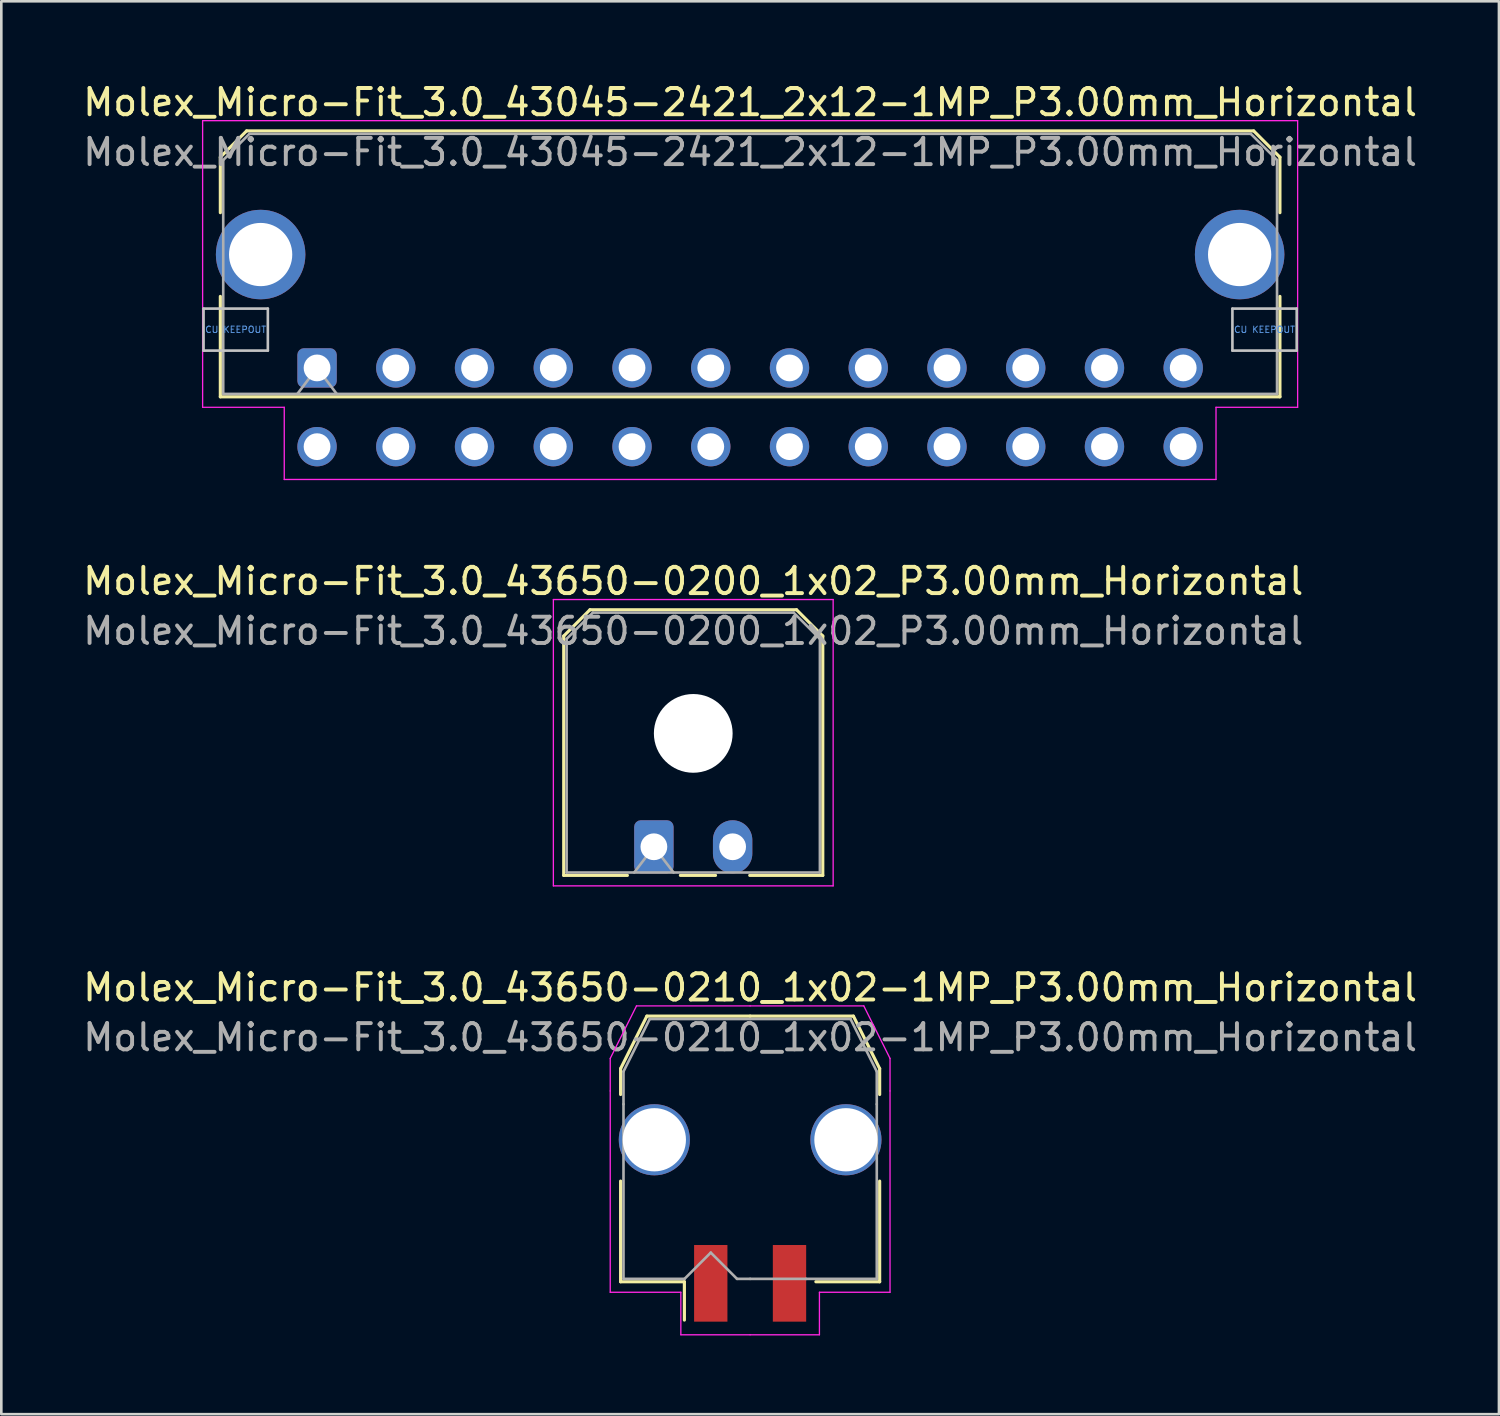
<source format=kicad_pcb>
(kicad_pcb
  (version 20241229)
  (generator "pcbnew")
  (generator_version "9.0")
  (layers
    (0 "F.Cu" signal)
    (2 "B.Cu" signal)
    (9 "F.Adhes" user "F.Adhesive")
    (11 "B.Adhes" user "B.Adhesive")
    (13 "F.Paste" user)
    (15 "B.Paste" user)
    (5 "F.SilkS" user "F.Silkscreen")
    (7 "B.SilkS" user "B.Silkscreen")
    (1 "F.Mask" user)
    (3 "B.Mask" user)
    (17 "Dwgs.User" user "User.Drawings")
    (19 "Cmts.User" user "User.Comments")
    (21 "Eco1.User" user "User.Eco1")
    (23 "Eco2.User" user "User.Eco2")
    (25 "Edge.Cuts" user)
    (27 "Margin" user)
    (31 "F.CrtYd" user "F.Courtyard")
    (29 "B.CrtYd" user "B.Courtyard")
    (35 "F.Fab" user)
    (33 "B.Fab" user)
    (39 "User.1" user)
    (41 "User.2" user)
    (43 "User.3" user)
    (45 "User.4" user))
  (footprint "Molex_Micro-Fit_3.0_43650-0210_1x02-1MP_P3.00mm_Horizontal"
    (layer "F.Cu")
    (at 25.53 40.725)
    (property "Reference" "Molex_Micro-Fit_3.0_43650-0210_1x02-1MP_P3.00mm_Horizontal" (at 0 -6.15 0) (layer "F.SilkS") (effects (font (size 1 1) (thickness 0.15))))
    (attr smd)
    (fp_line (start -4.935 -3.06) (end -4.935 -2.075) (stroke (width 0.12) (type solid)) (layer "F.SilkS"))
    (fp_line (start -4.935 1.225) (end -4.935 5.06) (stroke (width 0.12) (type solid)) (layer "F.SilkS"))
    (fp_line (start -4.935 5.06) (end -2.505 5.06) (stroke (width 0.12) (type solid)) (layer "F.SilkS"))
    (fp_line (start -3.935 -5.06) (end -4.935 -3.06) (stroke (width 0.12) (type solid)) (layer "F.SilkS"))
    (fp_line (start -2.505 5.06) (end -2.505 6.52) (stroke (width 0.12) (type solid)) (layer "F.SilkS"))
    (fp_line (start 0 -5.06) (end -3.935 -5.06) (stroke (width 0.12) (type solid)) (layer "F.SilkS"))
    (fp_line (start 0 -5.06) (end 3.935 -5.06) (stroke (width 0.12) (type solid)) (layer "F.SilkS"))
    (fp_line (start 3.935 -5.06) (end 4.935 -3.06) (stroke (width 0.12) (type solid)) (layer "F.SilkS"))
    (fp_line (start 4.935 -3.06) (end 4.935 -2.075) (stroke (width 0.12) (type solid)) (layer "F.SilkS"))
    (fp_line (start 4.935 1.225) (end 4.935 5.06) (stroke (width 0.12) (type solid)) (layer "F.SilkS"))
    (fp_line (start 4.935 5.06) (end 2.505 5.06) (stroke (width 0.12) (type solid)) (layer "F.SilkS"))
    (fp_line (start -5.33 -3.45) (end -5.33 -2.21) (stroke (width 0.05) (type solid)) (layer "F.CrtYd"))
    (fp_line (start -5.33 -2.21) (end -5.33 5.46) (stroke (width 0.05) (type solid)) (layer "F.CrtYd"))
    (fp_line (start -5.33 5.46) (end -2.64 5.46) (stroke (width 0.05) (type solid)) (layer "F.CrtYd"))
    (fp_line (start -4.33 -5.45) (end -5.33 -3.45) (stroke (width 0.05) (type solid)) (layer "F.CrtYd"))
    (fp_line (start -2.64 5.46) (end -2.64 7.08) (stroke (width 0.05) (type solid)) (layer "F.CrtYd"))
    (fp_line (start -2.64 7.08) (end 0 7.08) (stroke (width 0.05) (type solid)) (layer "F.CrtYd"))
    (fp_line (start 0 -5.45) (end -4.33 -5.45) (stroke (width 0.05) (type solid)) (layer "F.CrtYd"))
    (fp_line (start 0 -5.45) (end 4.33 -5.45) (stroke (width 0.05) (type solid)) (layer "F.CrtYd"))
    (fp_line (start 2.64 5.46) (end 2.64 7.08) (stroke (width 0.05) (type solid)) (layer "F.CrtYd"))
    (fp_line (start 2.64 7.08) (end 0 7.08) (stroke (width 0.05) (type solid)) (layer "F.CrtYd"))
    (fp_line (start 4.33 -5.45) (end 5.33 -3.45) (stroke (width 0.05) (type solid)) (layer "F.CrtYd"))
    (fp_line (start 5.33 -3.45) (end 5.33 -2.21) (stroke (width 0.05) (type solid)) (layer "F.CrtYd"))
    (fp_line (start 5.33 -2.21) (end 5.33 5.46) (stroke (width 0.05) (type solid)) (layer "F.CrtYd"))
    (fp_line (start 5.33 5.46) (end 2.64 5.46) (stroke (width 0.05) (type solid)) (layer "F.CrtYd"))
    (fp_line (start -4.825 -2.95) (end -4.825 -1.705) (stroke (width 0.1) (type solid)) (layer "F.Fab"))
    (fp_line (start -4.825 -1.705) (end -4.825 4.95) (stroke (width 0.1) (type solid)) (layer "F.Fab"))
    (fp_line (start -4.825 4.95) (end -2.5 4.95) (stroke (width 0.1) (type solid)) (layer "F.Fab"))
    (fp_line (start -3.825 -4.95) (end -4.825 -2.95) (stroke (width 0.1) (type solid)) (layer "F.Fab"))
    (fp_line (start -2.5 4.95) (end -1.5 3.95) (stroke (width 0.1) (type solid)) (layer "F.Fab"))
    (fp_line (start -1.5 3.95) (end -0.5 4.95) (stroke (width 0.1) (type solid)) (layer "F.Fab"))
    (fp_line (start -0.5 4.95) (end 0 4.95) (stroke (width 0.1) (type solid)) (layer "F.Fab"))
    (fp_line (start 0 -4.95) (end -3.825 -4.95) (stroke (width 0.1) (type solid)) (layer "F.Fab"))
    (fp_line (start 0 -4.95) (end 3.825 -4.95) (stroke (width 0.1) (type solid)) (layer "F.Fab"))
    (fp_line (start 2.135 4.95) (end 0 4.95) (stroke (width 0.1) (type solid)) (layer "F.Fab"))
    (fp_line (start 3.825 -4.95) (end 4.825 -2.95) (stroke (width 0.1) (type solid)) (layer "F.Fab"))
    (fp_line (start 4.825 -2.95) (end 4.825 -1.705) (stroke (width 0.1) (type solid)) (layer "F.Fab"))
    (fp_line (start 4.825 -1.705) (end 4.825 4.95) (stroke (width 0.1) (type solid)) (layer "F.Fab"))
    (fp_line (start 4.825 4.95) (end 2.135 4.95) (stroke (width 0.1) (type solid)) (layer "F.Fab"))
    (fp_text user "${REFERENCE}" (at 0 -4.25 0) (layer "F.Fab") (effects (font (size 1 1) (thickness 0.15))))
    (pad "1" smd rect (at -1.5 5.12) (size 1.27 2.92) (layers "F.Cu" "F.Mask" "F.Paste"))
    (pad "2" smd rect (at 1.5 5.12) (size 1.27 2.92) (layers "F.Cu" "F.Mask" "F.Paste"))
    (pad "MP" thru_hole circle (at -3.65 -0.35) (size 2.71 2.71) (drill 2.41) (property pad_prop_heatsink) (layers "*.Cu" "*.Mask"))
    (pad "MP" thru_hole circle (at 3.65 -0.35) (size 2.71 2.71) (drill 2.41) (property pad_prop_heatsink) (layers "*.Cu" "*.Mask")))
  (footprint "Molex_Micro-Fit_3.0_43045-2421_2x12-1MP_P3.00mm_Horizontal"
    (layer "F.Cu")
    (at 9.03 10.968)
    (property "Reference" "Molex_Micro-Fit_3.0_43045-2421_2x12-1MP_P3.00mm_Horizontal" (at 16.5 -10.12 0) (layer "F.SilkS") (effects (font (size 1 1) (thickness 0.15))))
    (attr through_hole)
    (fp_line (start -3.685 -8.03) (end -2.685 -9.03) (stroke (width 0.12) (type solid)) (layer "F.SilkS"))
    (fp_line (start -3.685 -5.915) (end -3.685 -8.03) (stroke (width 0.12) (type solid)) (layer "F.SilkS"))
    (fp_line (start -3.685 -2.725) (end -3.685 1.1) (stroke (width 0.12) (type solid)) (layer "F.SilkS"))
    (fp_line (start -3.685 1.1) (end 36.685 1.1) (stroke (width 0.12) (type solid)) (layer "F.SilkS"))
    (fp_line (start -2.685 -9.03) (end 35.685 -9.03) (stroke (width 0.12) (type solid)) (layer "F.SilkS"))
    (fp_line (start 35.685 -9.03) (end 36.685 -8.03) (stroke (width 0.12) (type solid)) (layer "F.SilkS"))
    (fp_line (start 36.685 -8.03) (end 36.685 -5.915) (stroke (width 0.12) (type solid)) (layer "F.SilkS"))
    (fp_line (start 36.685 1.1) (end 36.685 -2.725) (stroke (width 0.12) (type solid)) (layer "F.SilkS"))
    (fp_line (start -4.325 -2.26) (end -4.325 -0.66) (stroke (width 0.1) (type solid)) (layer "Dwgs.User"))
    (fp_line (start -4.325 -0.66) (end -1.875 -0.66) (stroke (width 0.1) (type solid)) (layer "Dwgs.User"))
    (fp_line (start -1.875 -2.26) (end -4.325 -2.26) (stroke (width 0.1) (type solid)) (layer "Dwgs.User"))
    (fp_line (start -1.875 -0.66) (end -1.875 -2.26) (stroke (width 0.1) (type solid)) (layer "Dwgs.User"))
    (fp_line (start 34.875 -2.26) (end 34.875 -0.66) (stroke (width 0.1) (type solid)) (layer "Dwgs.User"))
    (fp_line (start 34.875 -0.66) (end 37.325 -0.66) (stroke (width 0.1) (type solid)) (layer "Dwgs.User"))
    (fp_line (start 37.325 -2.26) (end 34.875 -2.26) (stroke (width 0.1) (type solid)) (layer "Dwgs.User"))
    (fp_line (start 37.325 -0.66) (end 37.325 -2.26) (stroke (width 0.1) (type solid)) (layer "Dwgs.User"))
    (fp_line (start -4.36 -9.42) (end 37.36 -9.42) (stroke (width 0.05) (type solid)) (layer "F.CrtYd"))
    (fp_line (start -4.36 1.5) (end -4.36 -9.42) (stroke (width 0.05) (type solid)) (layer "F.CrtYd"))
    (fp_line (start -1.25 1.5) (end -4.36 1.5) (stroke (width 0.05) (type solid)) (layer "F.CrtYd"))
    (fp_line (start -1.25 4.25) (end -1.25 1.5) (stroke (width 0.05) (type solid)) (layer "F.CrtYd"))
    (fp_line (start 34.25 1.5) (end 34.25 4.25) (stroke (width 0.05) (type solid)) (layer "F.CrtYd"))
    (fp_line (start 34.25 4.25) (end -1.25 4.25) (stroke (width 0.05) (type solid)) (layer "F.CrtYd"))
    (fp_line (start 37.36 -9.42) (end 37.36 1.5) (stroke (width 0.05) (type solid)) (layer "F.CrtYd"))
    (fp_line (start 37.36 1.5) (end 34.25 1.5) (stroke (width 0.05) (type solid)) (layer "F.CrtYd"))
    (fp_line (start -3.575 -7.92) (end -2.575 -8.92) (stroke (width 0.1) (type solid)) (layer "F.Fab"))
    (fp_line (start -3.575 0.99) (end -3.575 -7.92) (stroke (width 0.1) (type solid)) (layer "F.Fab"))
    (fp_line (start -2.575 -8.92) (end 35.575 -8.92) (stroke (width 0.1) (type solid)) (layer "F.Fab"))
    (fp_line (start -0.75 0.99) (end 0 0) (stroke (width 0.1) (type solid)) (layer "F.Fab"))
    (fp_line (start 0 0) (end 0.75 0.99) (stroke (width 0.1) (type solid)) (layer "F.Fab"))
    (fp_line (start 35.575 -8.92) (end 36.575 -7.92) (stroke (width 0.1) (type solid)) (layer "F.Fab"))
    (fp_line (start 36.575 -7.92) (end 36.575 0.99) (stroke (width 0.1) (type solid)) (layer "F.Fab"))
    (fp_line (start 36.575 0.99) (end -3.575 0.99) (stroke (width 0.1) (type solid)) (layer "F.Fab"))
    (fp_text user "CU KEEPOUT" (at 36.1 -1.46 0) (layer "Cmts.User") (effects (font (size 0.245 0.245) (thickness 0.037))))
    (fp_text user "CU KEEPOUT" (at -3.1 -1.46 0) (layer "Cmts.User") (effects (font (size 0.245 0.245) (thickness 0.037))))
    (fp_text user "${REFERENCE}" (at 16.5 -8.22 0) (layer "F.Fab") (effects (font (size 1 1) (thickness 0.15))))
    (pad "1" thru_hole roundrect (at 0 0) (size 1.5 1.5) (drill 1.02) (layers "*.Cu" "*.Mask") (roundrect_rratio 0.167))
    (pad "2" thru_hole circle (at 3 0) (size 1.5 1.5) (drill 1.02) (layers "*.Cu" "*.Mask"))
    (pad "3" thru_hole circle (at 6 0) (size 1.5 1.5) (drill 1.02) (layers "*.Cu" "*.Mask"))
    (pad "4" thru_hole circle (at 9 0) (size 1.5 1.5) (drill 1.02) (layers "*.Cu" "*.Mask"))
    (pad "5" thru_hole circle (at 12 0) (size 1.5 1.5) (drill 1.02) (layers "*.Cu" "*.Mask"))
    (pad "6" thru_hole circle (at 15 0) (size 1.5 1.5) (drill 1.02) (layers "*.Cu" "*.Mask"))
    (pad "7" thru_hole circle (at 18 0) (size 1.5 1.5) (drill 1.02) (layers "*.Cu" "*.Mask"))
    (pad "8" thru_hole circle (at 21 0) (size 1.5 1.5) (drill 1.02) (layers "*.Cu" "*.Mask"))
    (pad "9" thru_hole circle (at 24 0) (size 1.5 1.5) (drill 1.02) (layers "*.Cu" "*.Mask"))
    (pad "10" thru_hole circle (at 27 0) (size 1.5 1.5) (drill 1.02) (layers "*.Cu" "*.Mask"))
    (pad "11" thru_hole circle (at 30 0) (size 1.5 1.5) (drill 1.02) (layers "*.Cu" "*.Mask"))
    (pad "12" thru_hole circle (at 33 0) (size 1.5 1.5) (drill 1.02) (layers "*.Cu" "*.Mask"))
    (pad "13" thru_hole circle (at 0 3) (size 1.5 1.5) (drill 1.02) (layers "*.Cu" "*.Mask"))
    (pad "14" thru_hole circle (at 3 3) (size 1.5 1.5) (drill 1.02) (layers "*.Cu" "*.Mask"))
    (pad "15" thru_hole circle (at 6 3) (size 1.5 1.5) (drill 1.02) (layers "*.Cu" "*.Mask"))
    (pad "16" thru_hole circle (at 9 3) (size 1.5 1.5) (drill 1.02) (layers "*.Cu" "*.Mask"))
    (pad "17" thru_hole circle (at 12 3) (size 1.5 1.5) (drill 1.02) (layers "*.Cu" "*.Mask"))
    (pad "18" thru_hole circle (at 15 3) (size 1.5 1.5) (drill 1.02) (layers "*.Cu" "*.Mask"))
    (pad "19" thru_hole circle (at 18 3) (size 1.5 1.5) (drill 1.02) (layers "*.Cu" "*.Mask"))
    (pad "20" thru_hole circle (at 21 3) (size 1.5 1.5) (drill 1.02) (layers "*.Cu" "*.Mask"))
    (pad "21" thru_hole circle (at 24 3) (size 1.5 1.5) (drill 1.02) (layers "*.Cu" "*.Mask"))
    (pad "22" thru_hole circle (at 27 3) (size 1.5 1.5) (drill 1.02) (layers "*.Cu" "*.Mask"))
    (pad "23" thru_hole circle (at 30 3) (size 1.5 1.5) (drill 1.02) (layers "*.Cu" "*.Mask"))
    (pad "24" thru_hole circle (at 33 3) (size 1.5 1.5) (drill 1.02) (layers "*.Cu" "*.Mask"))
    (pad "MP" thru_hole circle (at -2.15 -4.32) (size 3.41 3.41) (drill 2.41) (layers "*.Cu" "*.Mask"))
    (pad "MP" thru_hole circle (at 35.15 -4.32) (size 3.41 3.41) (drill 2.41) (layers "*.Cu" "*.Mask")))
  (footprint "Molex_Micro-Fit_3.0_43650-0200_1x02_P3.00mm_Horizontal"
    (layer "F.Cu")
    (at 21.863 29.212)
    (property "Reference" "Molex_Micro-Fit_3.0_43650-0200_1x02_P3.00mm_Horizontal" (at 1.5 -10.12 0) (layer "F.SilkS") (effects (font (size 1 1) (thickness 0.15))))
    (attr through_hole)
    (fp_line (start -3.435 -8.03) (end -2.435 -9.03) (stroke (width 0.12) (type solid)) (layer "F.SilkS"))
    (fp_line (start -3.435 1.09) (end -3.435 -8.03) (stroke (width 0.12) (type solid)) (layer "F.SilkS"))
    (fp_line (start -3.435 1.09) (end -1.01 1.09) (stroke (width 0.12) (type solid)) (layer "F.SilkS"))
    (fp_line (start -2.435 -9.03) (end 5.435 -9.03) (stroke (width 0.12) (type solid)) (layer "F.SilkS"))
    (fp_line (start 1.01 1.09) (end 2.348 1.09) (stroke (width 0.12) (type solid)) (layer "F.SilkS"))
    (fp_line (start 5.435 -9.03) (end 6.435 -8.03) (stroke (width 0.12) (type solid)) (layer "F.SilkS"))
    (fp_line (start 6.435 -8.03) (end 6.435 1.09) (stroke (width 0.12) (type solid)) (layer "F.SilkS"))
    (fp_line (start 6.435 1.09) (end 3.652 1.09) (stroke (width 0.12) (type solid)) (layer "F.SilkS"))
    (fp_line (start -3.83 -9.42) (end 6.83 -9.42) (stroke (width 0.05) (type solid)) (layer "F.CrtYd"))
    (fp_line (start -3.83 1.49) (end -3.83 -9.42) (stroke (width 0.05) (type solid)) (layer "F.CrtYd"))
    (fp_line (start 6.83 -9.42) (end 6.83 1.49) (stroke (width 0.05) (type solid)) (layer "F.CrtYd"))
    (fp_line (start 6.83 1.49) (end -3.83 1.49) (stroke (width 0.05) (type solid)) (layer "F.CrtYd"))
    (fp_line (start -3.325 -7.92) (end -2.325 -8.92) (stroke (width 0.1) (type solid)) (layer "F.Fab"))
    (fp_line (start -3.325 0.98) (end -3.325 -7.92) (stroke (width 0.1) (type solid)) (layer "F.Fab"))
    (fp_line (start -2.325 -8.92) (end 5.325 -8.92) (stroke (width 0.1) (type solid)) (layer "F.Fab"))
    (fp_line (start -0.75 0.98) (end 0 0) (stroke (width 0.1) (type solid)) (layer "F.Fab"))
    (fp_line (start 0 0) (end 0.75 0.98) (stroke (width 0.1) (type solid)) (layer "F.Fab"))
    (fp_line (start 5.325 -8.92) (end 6.325 -7.92) (stroke (width 0.1) (type solid)) (layer "F.Fab"))
    (fp_line (start 6.325 -7.92) (end 6.325 0.98) (stroke (width 0.1) (type solid)) (layer "F.Fab"))
    (fp_line (start 6.325 0.98) (end -3.325 0.98) (stroke (width 0.1) (type solid)) (layer "F.Fab"))
    (fp_text user "${REFERENCE}" (at 1.5 -8.22 0) (layer "F.Fab") (effects (font (size 1 1) (thickness 0.15))))
    (pad "" np_thru_hole circle (at 1.5 -4.32) (size 3 3) (drill 3) (layers "*.Cu" "*.Mask"))
    (pad "1" thru_hole roundrect (at 0 0) (size 1.5 2.02) (drill 1.02) (layers "*.Cu" "*.Mask") (roundrect_rratio 0.167))
    (pad "2" thru_hole oval (at 3 0) (size 1.5 2.02) (drill 1.02) (layers "*.Cu" "*.Mask")))
  (gr_rect
    (start -3 -3)
    (end 54.06 50.83)
    (stroke (width 0.1) (type default))
    (fill no)
    (layer "Edge.Cuts")))
</source>
